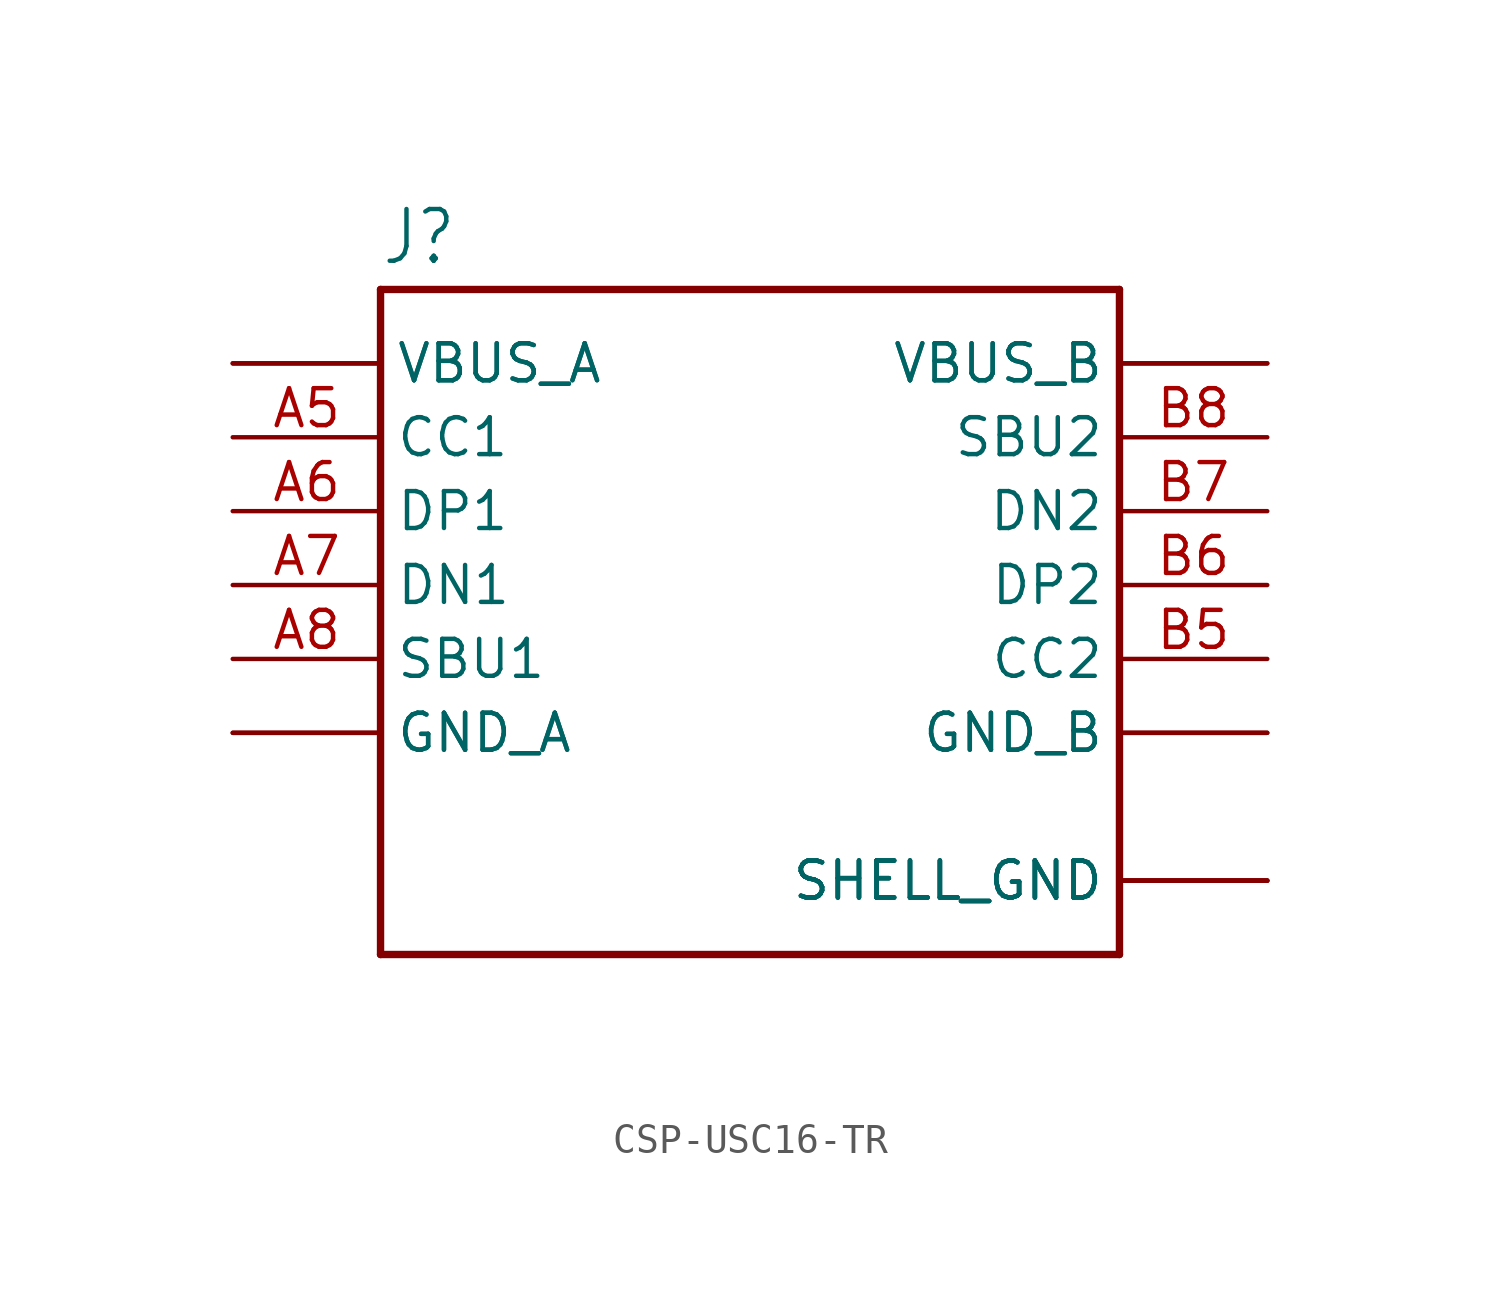
<source format=kicad_sym>
(kicad_symbol_lib
  (version 20220914)
  (generator kicad_symbol_editor)
  (symbol "CSP-USC16-TR"
    (property "Reference" "J"
      (at -12.7 13.462 0)
      (effects (font (size 1.778 1.511)) (justify left bottom)))
    (property "Value" ""
      (at -12.7 -12.7 0)
      (effects (font (size 1.778 1.511)) (justify left bottom)))
    (property "ki_locked" ""
      (at 0 0 0)
      (effects (font (size 1.27 1.27))))
    (symbol "CSP-USC16-TR_1_0"
      (polyline (pts (xy -12.7 -10.16) (xy -12.7 12.7)) (stroke (width 0.254) (type solid)) (fill (type none)))
      (polyline (pts (xy -12.7 12.7) (xy 12.7 12.7)) (stroke (width 0.254) (type solid)) (fill (type none)))
      (polyline (pts (xy 12.7 -10.16) (xy -12.7 -10.16)) (stroke (width 0.254) (type solid)) (fill (type none)))
      (polyline (pts (xy 12.7 12.7) (xy 12.7 -10.16)) (stroke (width 0.254) (type solid)) (fill (type none)))
      (pin power_in line (at -17.78 -2.54 0) (length 5.08) (name "GND_A" (effects (font (size 1.27 1.27)))) (number "A1" (effects (font (size 0 0)))))
      (pin power_in line (at -17.78 -2.54 0) (length 5.08) (name "GND_A" (effects (font (size 1.27 1.27)))) (number "A12" (effects (font (size 0 0)))))
      (pin power_in line (at -17.78 10.16 0) (length 5.08) (name "VBUS_A" (effects (font (size 1.27 1.27)))) (number "A4" (effects (font (size 0 0)))))
      (pin bidirectional line (at -17.78 7.62 0) (length 5.08) (name "CC1" (effects (font (size 1.27 1.27)))) (number "A5" (effects (font (size 1.27 1.27)))))
      (pin bidirectional line (at -17.78 5.08 0) (length 5.08) (name "DP1" (effects (font (size 1.27 1.27)))) (number "A6" (effects (font (size 1.27 1.27)))))
      (pin bidirectional line (at -17.78 2.54 0) (length 5.08) (name "DN1" (effects (font (size 1.27 1.27)))) (number "A7" (effects (font (size 1.27 1.27)))))
      (pin bidirectional line (at -17.78 0 0) (length 5.08) (name "SBU1" (effects (font (size 1.27 1.27)))) (number "A8" (effects (font (size 1.27 1.27)))))
      (pin power_in line (at -17.78 10.16 0) (length 5.08) (name "VBUS_A" (effects (font (size 1.27 1.27)))) (number "A9" (effects (font (size 0 0)))))
      (pin power_in line (at 17.78 -2.54 180) (length 5.08) (name "GND_B" (effects (font (size 1.27 1.27)))) (number "B1" (effects (font (size 0 0)))))
      (pin power_in line (at 17.78 -2.54 180) (length 5.08) (name "GND_B" (effects (font (size 1.27 1.27)))) (number "B12" (effects (font (size 0 0)))))
      (pin power_in line (at 17.78 10.16 180) (length 5.08) (name "VBUS_B" (effects (font (size 1.27 1.27)))) (number "B4" (effects (font (size 0 0)))))
      (pin bidirectional line (at 17.78 0 180) (length 5.08) (name "CC2" (effects (font (size 1.27 1.27)))) (number "B5" (effects (font (size 1.27 1.27)))))
      (pin bidirectional line (at 17.78 2.54 180) (length 5.08) (name "DP2" (effects (font (size 1.27 1.27)))) (number "B6" (effects (font (size 1.27 1.27)))))
      (pin bidirectional line (at 17.78 5.08 180) (length 5.08) (name "DN2" (effects (font (size 1.27 1.27)))) (number "B7" (effects (font (size 1.27 1.27)))))
      (pin bidirectional line (at 17.78 7.62 180) (length 5.08) (name "SBU2" (effects (font (size 1.27 1.27)))) (number "B8" (effects (font (size 1.27 1.27)))))
      (pin power_in line (at 17.78 10.16 180) (length 5.08) (name "VBUS_B" (effects (font (size 1.27 1.27)))) (number "B9" (effects (font (size 0 0)))))
      (pin power_in line (at 17.78 -7.62 180) (length 5.08) (name "SHELL_GND" (effects (font (size 1.27 1.27)))) (number "S1" (effects (font (size 0 0)))))
      (pin power_in line (at 17.78 -7.62 180) (length 5.08) (name "SHELL_GND" (effects (font (size 1.27 1.27)))) (number "S2" (effects (font (size 0 0)))))
      (pin power_in line (at 17.78 -7.62 180) (length 5.08) (name "SHELL_GND" (effects (font (size 1.27 1.27)))) (number "S3" (effects (font (size 0 0)))))
      (pin power_in line (at 17.78 -7.62 180) (length 5.08) (name "SHELL_GND" (effects (font (size 1.27 1.27)))) (number "S4" (effects (font (size 0 0))))))))
</source>
